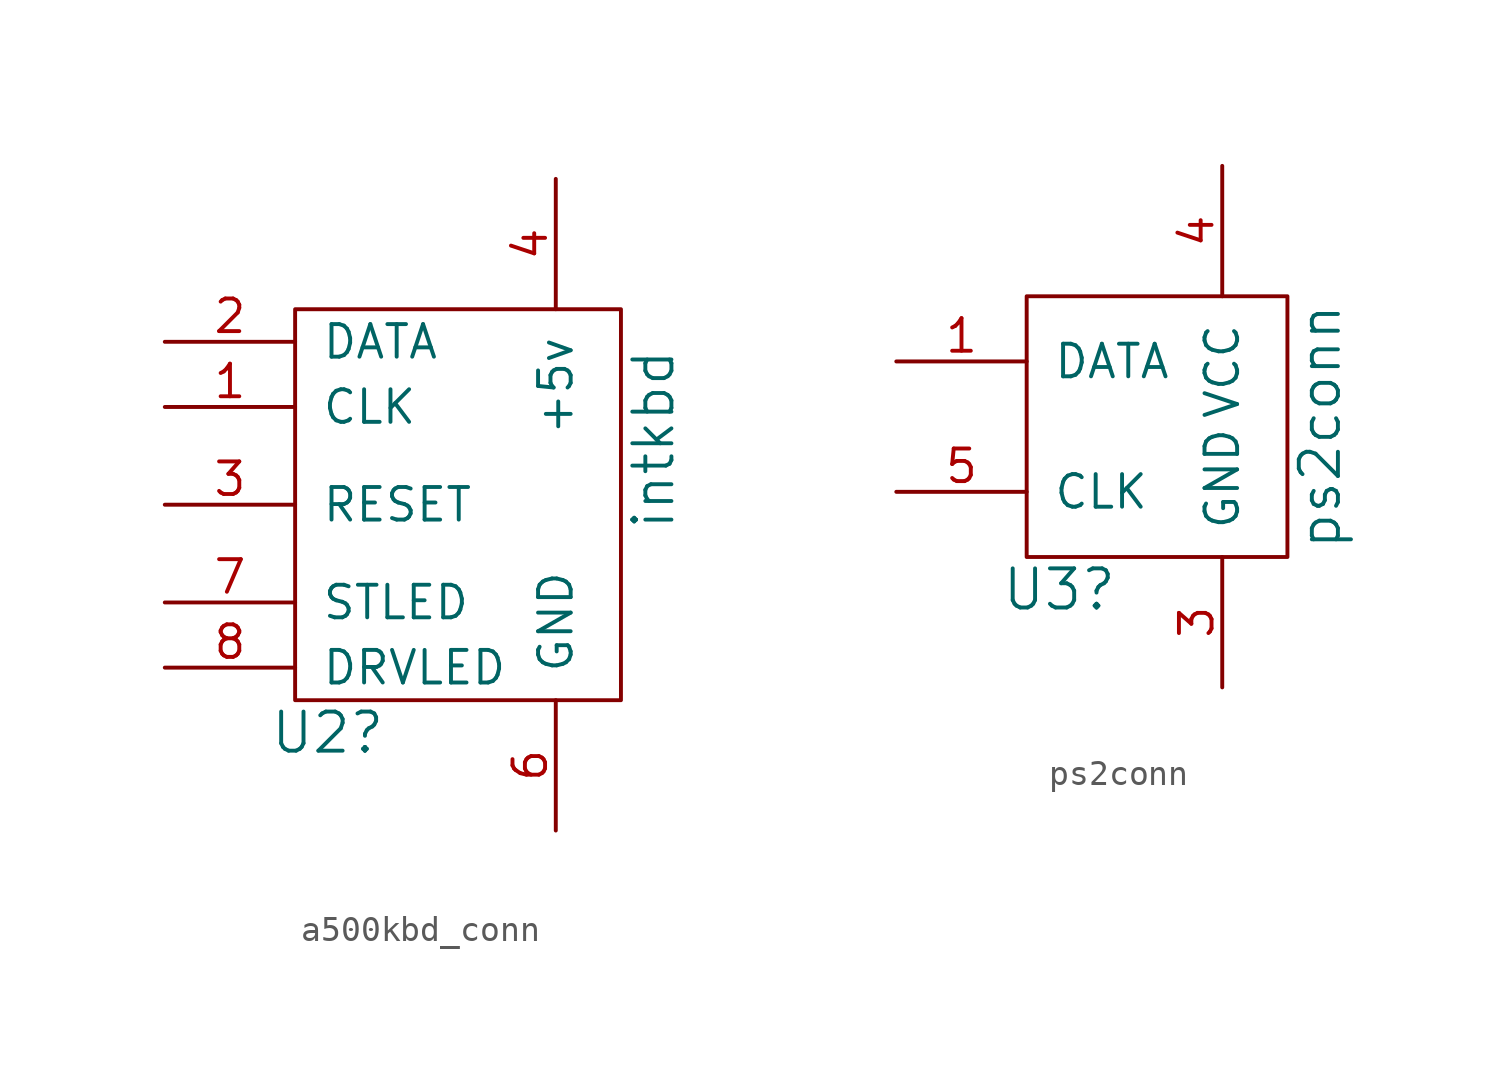
<source format=kicad_sym>
(kicad_symbol_lib
  (version 20231120)
  (generator "kicad_symbol_editor")
  (generator_version "8.0")
  (symbol "a500kbd_conn"
    (pin_names
      (offset 1.016))
    (property "Reference" "U2"
      (at -6.35 -10.16 0)
      (effects (font (size 1.524 1.524))))
    (property "Value" "intkbd"
      (at 6.35 1.27 90)
      (effects (font (size 1.524 1.524))))
    (symbol "a500kbd_conn_0_1"
      (rectangle (start -7.62 6.35) (end 5.08 -8.89) (stroke (width 0) (type default)) (fill (type none))))
    (symbol "a500kbd_conn_1_1"
      (pin passive line (at -12.7 2.54 0) (length 5.08) (name "CLK" (effects (font (size 1.27 1.27)))) (number "1" (effects (font (size 1.27 1.27)))))
      (pin passive line (at -12.7 5.08 0) (length 5.08) (name "DATA" (effects (font (size 1.27 1.27)))) (number "2" (effects (font (size 1.27 1.27)))))
      (pin passive line (at -12.7 -1.27 0) (length 5.08) (name "RESET" (effects (font (size 1.27 1.27)))) (number "3" (effects (font (size 1.27 1.27)))))
      (pin passive line (at 2.54 11.43 270) (length 5.08) (name "+5v" (effects (font (size 1.27 1.27)))) (number "4" (effects (font (size 1.27 1.27)))))
      (pin no_connect line (at 0 0 90) (length 5.08) hide (name "" (effects (font (size 1.27 1.27)))) (number "5" (effects (font (size 1.27 1.27)))))
      (pin passive line (at 2.54 -13.97 90) (length 5.08) (name "GND" (effects (font (size 1.27 1.27)))) (number "6" (effects (font (size 1.27 1.27)))))
      (pin passive line (at -12.7 -5.08 0) (length 5.08) (name "STLED" (effects (font (size 1.27 1.27)))) (number "7" (effects (font (size 1.27 1.27)))))
      (pin passive line (at -12.7 -7.62 0) (length 5.08) (name "DRVLED" (effects (font (size 1.27 1.27)))) (number "8" (effects (font (size 1.27 1.27)))))))
  (symbol "ps2conn"
    (pin_names
      (offset 1.016))
    (property "Reference" "U3"
      (at -6.35 -6.35 0)
      (effects (font (size 1.524 1.524))))
    (property "Value" "ps2conn"
      (at 3.81 0 90)
      (effects (font (size 1.524 1.524))))
    (symbol "ps2conn_0_1"
      (rectangle (start -7.62 5.08) (end 2.54 -5.08) (stroke (width 0) (type default)) (fill (type none))))
    (symbol "ps2conn_1_1"
      (pin open_collector line (at -12.7 2.54 0) (length 5.08) (name "DATA" (effects (font (size 1.27 1.27)))) (number "1" (effects (font (size 1.27 1.27)))))
      (pin no_connect line (at -3.81 -5.08 90) (length 2.54) hide (name "" (effects (font (size 1.27 1.27)))) (number "2" (effects (font (size 1.27 1.27)))))
      (pin power_out line (at 0 -10.16 90) (length 5.08) (name "GND" (effects (font (size 1.27 1.27)))) (number "3" (effects (font (size 1.27 1.27)))))
      (pin power_out line (at 0 10.16 270) (length 5.08) (name "VCC" (effects (font (size 1.27 1.27)))) (number "4" (effects (font (size 1.27 1.27)))))
      (pin open_collector line (at -12.7 -2.54 0) (length 5.08) (name "CLK" (effects (font (size 1.27 1.27)))) (number "5" (effects (font (size 1.27 1.27)))))
      (pin no_connect line (at -2.54 -5.08 90) (length 2.54) hide (name "" (effects (font (size 1.27 1.27)))) (number "6" (effects (font (size 1.27 1.27))))))))
</source>
